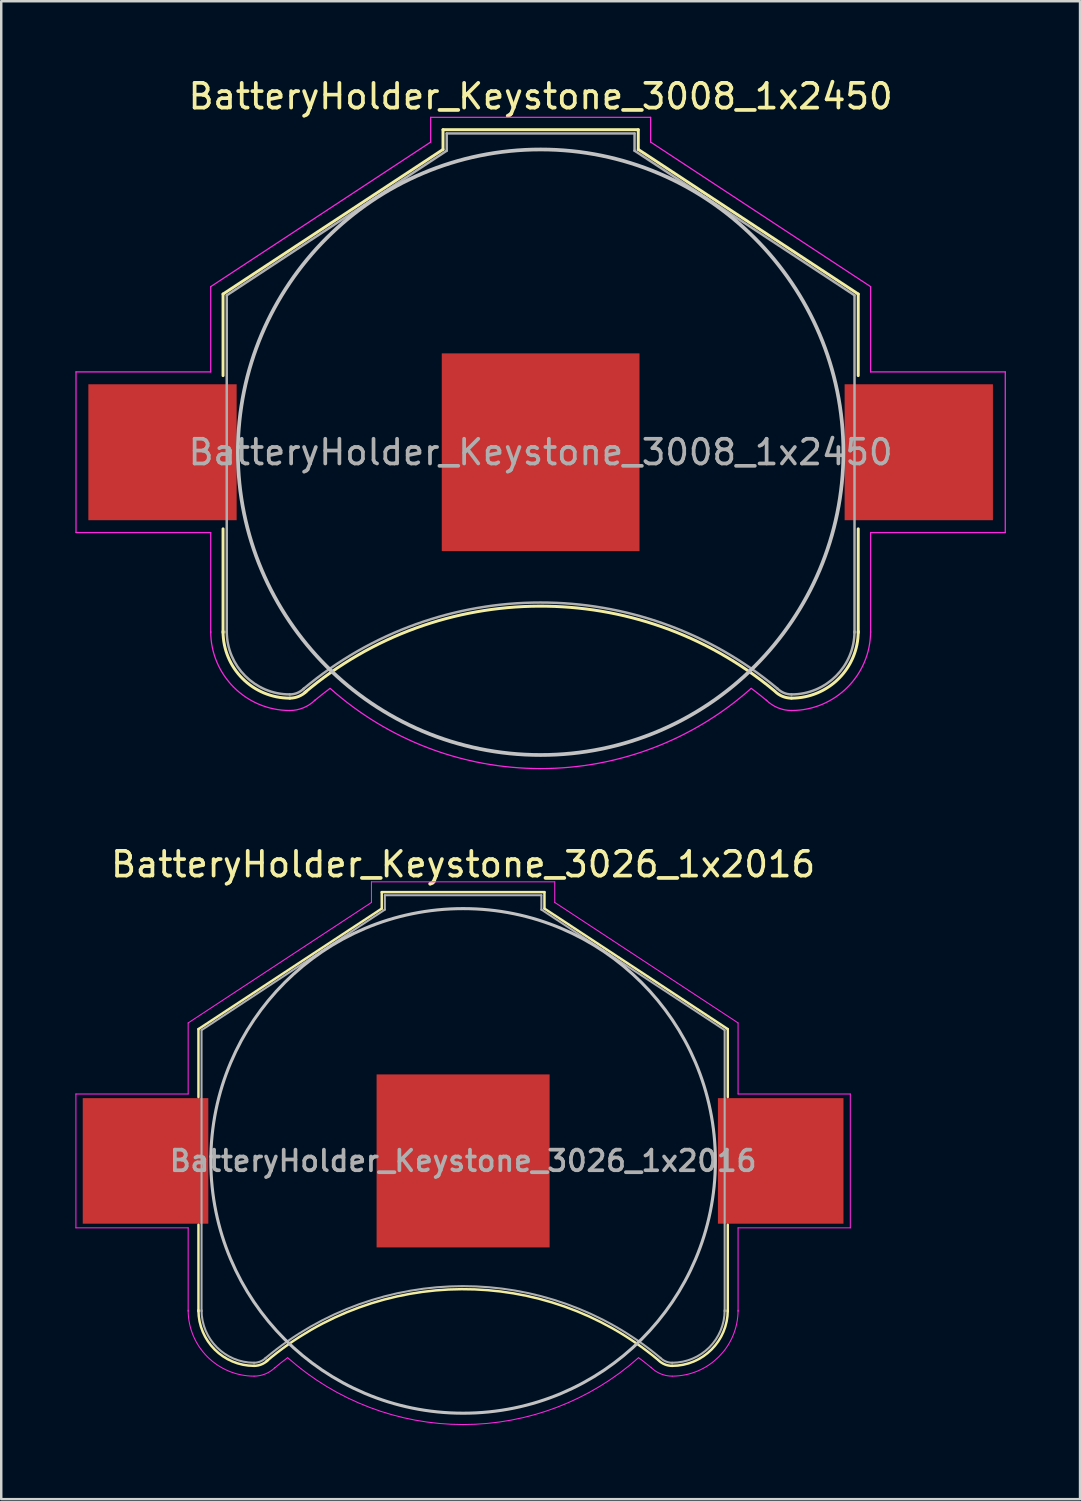
<source format=kicad_pcb>
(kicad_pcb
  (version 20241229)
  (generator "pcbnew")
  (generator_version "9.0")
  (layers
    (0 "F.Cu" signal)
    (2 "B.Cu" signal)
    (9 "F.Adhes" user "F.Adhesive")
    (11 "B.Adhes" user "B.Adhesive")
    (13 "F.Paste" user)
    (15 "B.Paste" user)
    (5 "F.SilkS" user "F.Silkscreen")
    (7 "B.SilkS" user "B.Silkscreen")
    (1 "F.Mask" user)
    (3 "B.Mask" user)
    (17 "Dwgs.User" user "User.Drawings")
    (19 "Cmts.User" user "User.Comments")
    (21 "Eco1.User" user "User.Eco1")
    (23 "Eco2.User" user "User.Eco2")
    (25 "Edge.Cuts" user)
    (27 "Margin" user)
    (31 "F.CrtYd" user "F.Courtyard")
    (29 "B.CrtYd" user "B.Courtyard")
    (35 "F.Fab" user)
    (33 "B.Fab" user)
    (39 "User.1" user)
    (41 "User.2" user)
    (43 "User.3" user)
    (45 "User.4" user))
  (footprint "BatteryHolder_Keystone_3008_1x2450"
    (layer "F.Cu")
    (at 18.825 15.248)
    (property "Reference" "BatteryHolder_Keystone_3008_1x2450" (at 0 -14.4 0) (layer "F.SilkS") (effects (font (size 1 1) (thickness 0.15))))
    (attr smd)
    (fp_line (start -12.85 -6.4) (end -12.85 -3.1) (stroke (width 0.12) (type solid)) (layer "F.SilkS"))
    (fp_line (start -12.85 3.1) (end -12.85 7.3) (stroke (width 0.12) (type solid)) (layer "F.SilkS"))
    (fp_line (start -3.95 -13.05) (end -3.95 -12.25) (stroke (width 0.12) (type solid)) (layer "F.SilkS"))
    (fp_line (start -3.95 -13.05) (end 3.95 -13.05) (stroke (width 0.12) (type solid)) (layer "F.SilkS"))
    (fp_line (start -3.95 -12.25) (end -12.85 -6.4) (stroke (width 0.12) (type solid)) (layer "F.SilkS"))
    (fp_line (start 3.95 -13.05) (end 3.95 -12.25) (stroke (width 0.12) (type solid)) (layer "F.SilkS"))
    (fp_line (start 3.95 -12.25) (end 12.85 -6.4) (stroke (width 0.12) (type solid)) (layer "F.SilkS"))
    (fp_line (start 12.85 -6.4) (end 12.85 -3.1) (stroke (width 0.12) (type solid)) (layer "F.SilkS"))
    (fp_line (start 12.85 3.1) (end 12.85 7.3) (stroke (width 0.12) (type solid)) (layer "F.SilkS"))
    (fp_arc (start -10.15 9.95) (mid -12.059188 9.159188) (end -12.85 7.25) (stroke (width 0.12) (type solid)) (layer "F.SilkS"))
    (fp_arc (start -9.55 9.73) (mid -0.071508 6.228057) (end 9.440443 9.638071) (stroke (width 0.12) (type solid)) (layer "F.SilkS"))
    (fp_arc (start -9.478249 9.671751) (mid -9.786451 9.877685) (end -10.15 9.95) (stroke (width 0.12) (type solid)) (layer "F.SilkS"))
    (fp_arc (start 10.15 9.95) (mid 9.786451 9.877686) (end 9.478249 9.671751) (stroke (width 0.12) (type solid)) (layer "F.SilkS"))
    (fp_arc (start 12.85 7.25) (mid 12.059188 9.159188) (end 10.15 9.95) (stroke (width 0.12) (type solid)) (layer "F.SilkS"))
    (fp_circle (center 0 0) (end 12.25 0) (stroke (width 0.15) (type solid)) (fill no) (layer "Dwgs.User"))
    (fp_line (start -18.8 -3.25) (end -18.8 3.25) (stroke (width 0.05) (type solid)) (layer "F.CrtYd"))
    (fp_line (start -18.8 3.25) (end -13.35 3.25) (stroke (width 0.05) (type solid)) (layer "F.CrtYd"))
    (fp_line (start -13.35 -6.7) (end -13.35 -3.25) (stroke (width 0.05) (type solid)) (layer "F.CrtYd"))
    (fp_line (start -13.35 -3.25) (end -18.8 -3.25) (stroke (width 0.05) (type solid)) (layer "F.CrtYd"))
    (fp_line (start -13.35 3.25) (end -13.35 7.3) (stroke (width 0.05) (type solid)) (layer "F.CrtYd"))
    (fp_line (start -4.45 -13.55) (end -4.45 -12.55) (stroke (width 0.05) (type solid)) (layer "F.CrtYd"))
    (fp_line (start -4.45 -13.55) (end 4.45 -13.55) (stroke (width 0.05) (type solid)) (layer "F.CrtYd"))
    (fp_line (start -4.45 -12.55) (end -13.35 -6.7) (stroke (width 0.05) (type solid)) (layer "F.CrtYd"))
    (fp_line (start 4.45 -13.55) (end 4.45 -12.55) (stroke (width 0.05) (type solid)) (layer "F.CrtYd"))
    (fp_line (start 4.45 -12.55) (end 13.35 -6.7) (stroke (width 0.05) (type solid)) (layer "F.CrtYd"))
    (fp_line (start 13.35 -6.7) (end 13.35 -3.25) (stroke (width 0.05) (type solid)) (layer "F.CrtYd"))
    (fp_line (start 13.35 -3.25) (end 18.8 -3.25) (stroke (width 0.05) (type solid)) (layer "F.CrtYd"))
    (fp_line (start 13.35 3.25) (end 13.35 7.3) (stroke (width 0.05) (type solid)) (layer "F.CrtYd"))
    (fp_line (start 18.8 -3.25) (end 18.8 3.25) (stroke (width 0.05) (type solid)) (layer "F.CrtYd"))
    (fp_line (start 18.8 3.25) (end 13.35 3.25) (stroke (width 0.05) (type solid)) (layer "F.CrtYd"))
    (fp_arc (start -10.15 10.45) (mid -12.412742 9.512742) (end -13.35 7.25) (stroke (width 0.05) (type solid)) (layer "F.CrtYd"))
    (fp_arc (start -9.15 10.05) (mid -8.840691 9.798786) (end -8.524488 9.556307) (stroke (width 0.05) (type solid)) (layer "F.CrtYd"))
    (fp_arc (start -9.124695 10.025305) (mid -9.595109 10.339626) (end -10.15 10.45) (stroke (width 0.05) (type solid)) (layer "F.CrtYd"))
    (fp_arc (start 0 12.8) (mid -4.55581 11.961797) (end -8.514949 9.556969) (stroke (width 0.05) (type solid)) (layer "F.CrtYd"))
    (fp_arc (start 8.514949 9.556969) (mid 4.55581 11.961798) (end 0 12.8) (stroke (width 0.05) (type solid)) (layer "F.CrtYd"))
    (fp_arc (start 8.524488 9.556307) (mid 8.840691 9.798786) (end 9.15 10.05) (stroke (width 0.05) (type solid)) (layer "F.CrtYd"))
    (fp_arc (start 10.15 10.45) (mid 9.595109 10.339625) (end 9.124695 10.025305) (stroke (width 0.05) (type solid)) (layer "F.CrtYd"))
    (fp_arc (start 13.35 7.25) (mid 12.412742 9.512742) (end 10.15 10.45) (stroke (width 0.05) (type solid)) (layer "F.CrtYd"))
    (fp_line (start -12.7 -6.35) (end -12.7 7.3) (stroke (width 0.1) (type solid)) (layer "F.Fab"))
    (fp_line (start -3.8 -12.9) (end -3.8 -12.2) (stroke (width 0.1) (type solid)) (layer "F.Fab"))
    (fp_line (start -3.8 -12.9) (end 3.8 -12.9) (stroke (width 0.1) (type solid)) (layer "F.Fab"))
    (fp_line (start -3.8 -12.2) (end -12.7 -6.35) (stroke (width 0.1) (type solid)) (layer "F.Fab"))
    (fp_line (start 3.8 -12.9) (end 3.8 -12.2) (stroke (width 0.1) (type solid)) (layer "F.Fab"))
    (fp_line (start 3.8 -12.2) (end 12.7 -6.35) (stroke (width 0.1) (type solid)) (layer "F.Fab"))
    (fp_line (start 12.7 -6.35) (end 12.7 7.3) (stroke (width 0.1) (type solid)) (layer "F.Fab"))
    (fp_arc (start -10.15 9.8) (mid -11.953122 9.053122) (end -12.7 7.25) (stroke (width 0.1) (type solid)) (layer "F.Fab"))
    (fp_arc (start -9.6 9.58) (mid -0.013392 6.081011) (end 9.579482 9.562783) (stroke (width 0.1) (type solid)) (layer "F.Fab"))
    (fp_arc (start -9.584315 9.565685) (mid -9.843853 9.739103) (end -10.15 9.8) (stroke (width 0.1) (type solid)) (layer "F.Fab"))
    (fp_arc (start 10.15 9.8) (mid 9.843853 9.739104) (end 9.584315 9.565685) (stroke (width 0.1) (type solid)) (layer "F.Fab"))
    (fp_arc (start 12.7 7.25) (mid 11.953122 9.053122) (end 10.15 9.8) (stroke (width 0.1) (type solid)) (layer "F.Fab"))
    (fp_text user "${REFERENCE}" (at 0 0 0) (layer "F.Fab") (effects (font (size 1 1) (thickness 0.15))))
    (pad "1" smd rect (at -15.3 0) (size 6 5.5) (layers "F.Cu" "F.Mask" "F.Paste"))
    (pad "1" smd rect (at 15.3 0) (size 6 5.5) (layers "F.Cu" "F.Mask" "F.Paste"))
    (pad "2" smd rect (at 0 0) (size 8 8) (layers "F.Cu" "F.Mask")))
  (footprint "BatteryHolder_Keystone_3026_1x2016"
    (layer "F.Cu")
    (at 15.688 43.922)
    (property "Reference" "BatteryHolder_Keystone_3026_1x2016" (at 0 -12 0) (layer "F.SilkS") (effects (font (size 1 1) (thickness 0.15))))
    (attr smd)
    (fp_line (start -10.708 -5.333) (end -10.708 -2.583) (stroke (width 0.1) (type solid)) (layer "F.SilkS"))
    (fp_line (start -10.708 2.583) (end -10.708 6.083) (stroke (width 0.1) (type solid)) (layer "F.SilkS"))
    (fp_line (start -3.292 -10.875) (end -3.292 -10.208) (stroke (width 0.1) (type solid)) (layer "F.SilkS"))
    (fp_line (start -3.292 -10.875) (end 3.292 -10.875) (stroke (width 0.1) (type solid)) (layer "F.SilkS"))
    (fp_line (start -3.292 -10.208) (end -10.708 -5.333) (stroke (width 0.1) (type solid)) (layer "F.SilkS"))
    (fp_line (start 3.292 -10.875) (end 3.292 -10.208) (stroke (width 0.1) (type solid)) (layer "F.SilkS"))
    (fp_line (start 3.292 -10.208) (end 10.708 -5.333) (stroke (width 0.1) (type solid)) (layer "F.SilkS"))
    (fp_line (start 10.708 -5.333) (end 10.708 -2.583) (stroke (width 0.1) (type solid)) (layer "F.SilkS"))
    (fp_line (start 10.708 2.583) (end 10.708 6.083) (stroke (width 0.1) (type solid)) (layer "F.SilkS"))
    (fp_arc (start -8.458333 8.291667) (mid -10.049323 7.632657) (end -10.708333 6.041667) (stroke (width 0.1) (type solid)) (layer "F.SilkS"))
    (fp_arc (start -7.958333 8.108333) (mid -0.05959 5.190048) (end 7.867036 8.031726) (stroke (width 0.1) (type solid)) (layer "F.SilkS"))
    (fp_arc (start -7.89854 8.059793) (mid -8.155375 8.231405) (end -8.458333 8.291667) (stroke (width 0.1) (type solid)) (layer "F.SilkS"))
    (fp_arc (start 8.458333 8.291667) (mid 8.155375 8.231405) (end 7.89854 8.059793) (stroke (width 0.1) (type solid)) (layer "F.SilkS"))
    (fp_arc (start 10.708333 6.041667) (mid 10.049323 7.632657) (end 8.458333 8.291667) (stroke (width 0.1) (type solid)) (layer "F.SilkS"))
    (fp_circle (center 0 0) (end 10.208 0) (stroke (width 0.125) (type solid)) (fill no) (layer "Dwgs.User"))
    (fp_line (start -15.667 -2.708) (end -15.667 2.708) (stroke (width 0.042) (type solid)) (layer "F.CrtYd"))
    (fp_line (start -15.667 2.708) (end -11.125 2.708) (stroke (width 0.042) (type solid)) (layer "F.CrtYd"))
    (fp_line (start -11.125 -5.583) (end -11.125 -2.708) (stroke (width 0.042) (type solid)) (layer "F.CrtYd"))
    (fp_line (start -11.125 -2.708) (end -15.667 -2.708) (stroke (width 0.042) (type solid)) (layer "F.CrtYd"))
    (fp_line (start -11.125 2.708) (end -11.125 6.083) (stroke (width 0.042) (type solid)) (layer "F.CrtYd"))
    (fp_line (start -3.708 -11.292) (end -3.708 -10.458) (stroke (width 0.042) (type solid)) (layer "F.CrtYd"))
    (fp_line (start -3.708 -11.292) (end 3.708 -11.292) (stroke (width 0.042) (type solid)) (layer "F.CrtYd"))
    (fp_line (start -3.708 -10.458) (end -11.125 -5.583) (stroke (width 0.042) (type solid)) (layer "F.CrtYd"))
    (fp_line (start 3.708 -11.292) (end 3.708 -10.458) (stroke (width 0.042) (type solid)) (layer "F.CrtYd"))
    (fp_line (start 3.708 -10.458) (end 11.125 -5.583) (stroke (width 0.042) (type solid)) (layer "F.CrtYd"))
    (fp_line (start 11.125 -5.583) (end 11.125 -2.708) (stroke (width 0.042) (type solid)) (layer "F.CrtYd"))
    (fp_line (start 11.125 -2.708) (end 15.667 -2.708) (stroke (width 0.042) (type solid)) (layer "F.CrtYd"))
    (fp_line (start 11.125 2.708) (end 11.125 6.083) (stroke (width 0.042) (type solid)) (layer "F.CrtYd"))
    (fp_line (start 15.667 -2.708) (end 15.667 2.708) (stroke (width 0.042) (type solid)) (layer "F.CrtYd"))
    (fp_line (start 15.667 2.708) (end 11.125 2.708) (stroke (width 0.042) (type solid)) (layer "F.CrtYd"))
    (fp_arc (start -8.458333 8.708333) (mid -10.343951 7.927285) (end -11.124999 6.041667) (stroke (width 0.041667) (type solid)) (layer "F.CrtYd"))
    (fp_arc (start -7.625 8.375) (mid -7.367242 8.165655) (end -7.10374 7.963589) (stroke (width 0.041667) (type solid)) (layer "F.CrtYd"))
    (fp_arc (start -7.603913 8.35442) (mid -7.995924 8.616354) (end -8.458333 8.708333) (stroke (width 0.041667) (type solid)) (layer "F.CrtYd"))
    (fp_arc (start 0 10.666667) (mid -3.796508 9.968165) (end -7.095791 7.964141) (stroke (width 0.041667) (type solid)) (layer "F.CrtYd"))
    (fp_arc (start 7.095791 7.964141) (mid 3.796508 9.968165) (end 0 10.666667) (stroke (width 0.041667) (type solid)) (layer "F.CrtYd"))
    (fp_arc (start 7.10374 7.963589) (mid 7.367242 8.165655) (end 7.625 8.375) (stroke (width 0.041667) (type solid)) (layer "F.CrtYd"))
    (fp_arc (start 8.458333 8.708333) (mid 7.995924 8.616354) (end 7.603913 8.35442) (stroke (width 0.041667) (type solid)) (layer "F.CrtYd"))
    (fp_arc (start 11.124999 6.041667) (mid 10.343951 7.927285) (end 8.458333 8.708333) (stroke (width 0.041667) (type solid)) (layer "F.CrtYd"))
    (fp_line (start -10.583 -5.292) (end -10.583 6.083) (stroke (width 0.083) (type solid)) (layer "F.Fab"))
    (fp_line (start -3.167 -10.75) (end -3.167 -10.167) (stroke (width 0.083) (type solid)) (layer "F.Fab"))
    (fp_line (start -3.167 -10.75) (end 3.167 -10.75) (stroke (width 0.083) (type solid)) (layer "F.Fab"))
    (fp_line (start -3.167 -10.167) (end -10.583 -5.292) (stroke (width 0.083) (type solid)) (layer "F.Fab"))
    (fp_line (start 3.167 -10.75) (end 3.167 -10.167) (stroke (width 0.083) (type solid)) (layer "F.Fab"))
    (fp_line (start 3.167 -10.167) (end 10.583 -5.292) (stroke (width 0.083) (type solid)) (layer "F.Fab"))
    (fp_line (start 10.583 -5.292) (end 10.583 6.083) (stroke (width 0.083) (type solid)) (layer "F.Fab"))
    (fp_arc (start -8.458333 8.166667) (mid -9.960935 7.544269) (end -10.583333 6.041667) (stroke (width 0.083333) (type solid)) (layer "F.Fab"))
    (fp_arc (start -8 7.983333) (mid -0.01116 5.067509) (end 7.982902 7.968986) (stroke (width 0.083333) (type solid)) (layer "F.Fab"))
    (fp_arc (start -7.986928 7.971405) (mid -8.20321 8.11592) (end -8.458333 8.166667) (stroke (width 0.083333) (type solid)) (layer "F.Fab"))
    (fp_arc (start 8.458333 8.166667) (mid 8.203211 8.11592) (end 7.986928 7.971405) (stroke (width 0.083333) (type solid)) (layer "F.Fab"))
    (fp_arc (start 10.583333 6.041667) (mid 9.960935 7.544269) (end 8.458333 8.166667) (stroke (width 0.083333) (type solid)) (layer "F.Fab"))
    (fp_text user "${REFERENCE}" (at 0 0 0) (layer "F.Fab") (effects (font (size 0.833 0.833) (thickness 0.15))))
    (pad "1" smd rect (at -12.85 0) (size 5.08 5.08) (layers "F.Cu" "F.Mask" "F.Paste"))
    (pad "1" smd rect (at 12.85 0) (size 5.08 5.08) (layers "F.Cu" "F.Mask" "F.Paste"))
    (pad "2" smd rect (at 0 0) (size 7 7) (layers "F.Cu" "F.Mask")))
  (gr_rect
    (start -3 -3)
    (end 40.65 57.609)
    (stroke (width 0.1) (type default))
    (fill no)
    (layer "Edge.Cuts")))
</source>
